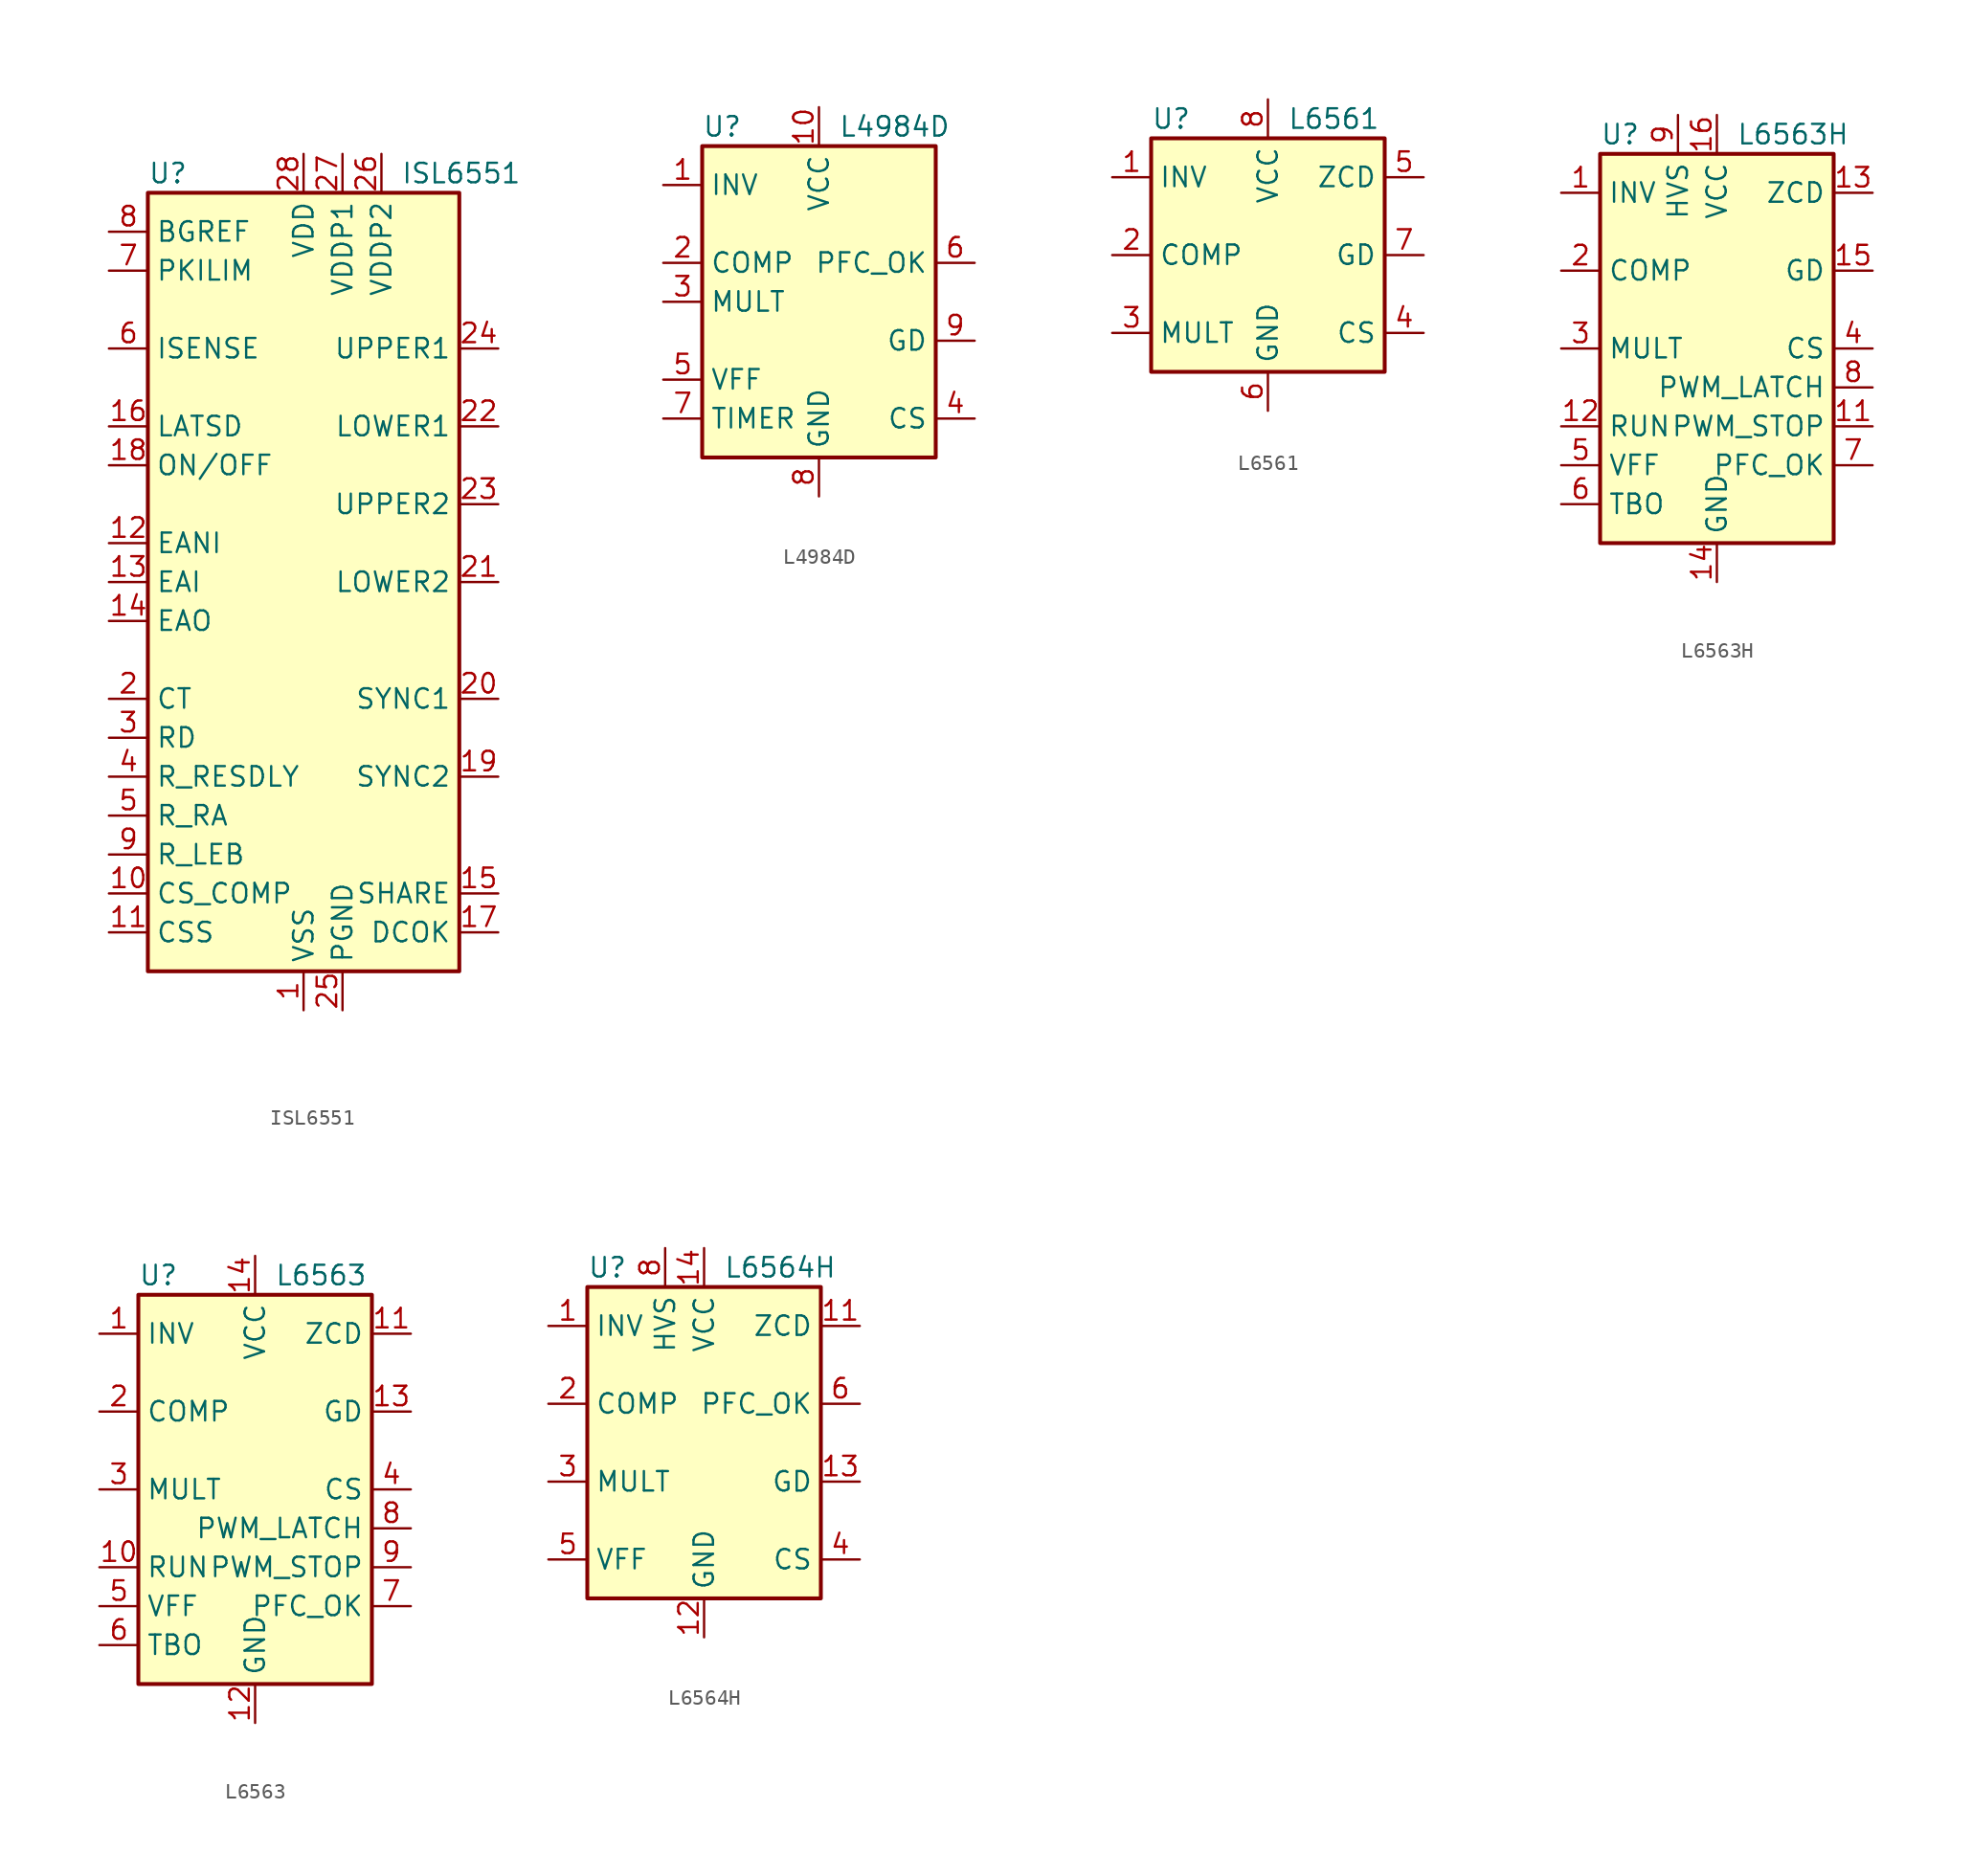
<source format=kicad_sym>
(kicad_symbol_lib
  (version 20241209)
  (generator "kicad_symbol_editor")
  (generator_version "9.0")
  (symbol "ISL6551"
    (property "Reference" "U"
      (at -10.16 26.67 0)
      (effects (font (size 1.27 1.27)) (justify left)))
    (property "Value" "ISL6551"
      (at 6.35 26.67 0)
      (effects (font (size 1.27 1.27)) (justify left)))
    (symbol "ISL6551_0_0"
      (rectangle (start -10.16 25.4) (end 10.16 -25.4) (stroke (width 0.254) (type default)) (fill (type background))))
    (symbol "ISL6551_1_1"
      (pin output line (at -12.7 22.86 0) (length 2.54) (name "BGREF" (effects (font (size 1.27 1.27)))) (number "8" (effects (font (size 1.27 1.27)))))
      (pin input line (at -12.7 20.32 0) (length 2.54) (name "PKILIM" (effects (font (size 1.27 1.27)))) (number "7" (effects (font (size 1.27 1.27)))))
      (pin input line (at -12.7 15.24 0) (length 2.54) (name "ISENSE" (effects (font (size 1.27 1.27)))) (number "6" (effects (font (size 1.27 1.27)))))
      (pin input line (at -12.7 10.16 0) (length 2.54) (name "LATSD" (effects (font (size 1.27 1.27)))) (number "16" (effects (font (size 1.27 1.27)))))
      (pin input line (at -12.7 7.62 0) (length 2.54) (name "ON/OFF" (effects (font (size 1.27 1.27)))) (number "18" (effects (font (size 1.27 1.27)))))
      (pin input line (at -12.7 2.54 0) (length 2.54) (name "EANI" (effects (font (size 1.27 1.27)))) (number "12" (effects (font (size 1.27 1.27)))))
      (pin input line (at -12.7 0 0) (length 2.54) (name "EAI" (effects (font (size 1.27 1.27)))) (number "13" (effects (font (size 1.27 1.27)))))
      (pin output line (at -12.7 -2.54 0) (length 2.54) (name "EAO" (effects (font (size 1.27 1.27)))) (number "14" (effects (font (size 1.27 1.27)))))
      (pin passive line (at -12.7 -7.62 0) (length 2.54) (name "CT" (effects (font (size 1.27 1.27)))) (number "2" (effects (font (size 1.27 1.27)))))
      (pin passive line (at -12.7 -10.16 0) (length 2.54) (name "RD" (effects (font (size 1.27 1.27)))) (number "3" (effects (font (size 1.27 1.27)))))
      (pin passive line (at -12.7 -12.7 0) (length 2.54) (name "R_RESDLY" (effects (font (size 1.27 1.27)))) (number "4" (effects (font (size 1.27 1.27)))))
      (pin passive line (at -12.7 -15.24 0) (length 2.54) (name "R_RA" (effects (font (size 1.27 1.27)))) (number "5" (effects (font (size 1.27 1.27)))))
      (pin passive line (at -12.7 -17.78 0) (length 2.54) (name "R_LEB" (effects (font (size 1.27 1.27)))) (number "9" (effects (font (size 1.27 1.27)))))
      (pin passive line (at -12.7 -20.32 0) (length 2.54) (name "CS_COMP" (effects (font (size 1.27 1.27)))) (number "10" (effects (font (size 1.27 1.27)))))
      (pin passive line (at -12.7 -22.86 0) (length 2.54) (name "CSS" (effects (font (size 1.27 1.27)))) (number "11" (effects (font (size 1.27 1.27)))))
      (pin power_in line (at 0 27.94 270) (length 2.54) (name "VDD" (effects (font (size 1.27 1.27)))) (number "28" (effects (font (size 1.27 1.27)))))
      (pin power_in line (at 0 -27.94 90) (length 2.54) (name "VSS" (effects (font (size 1.27 1.27)))) (number "1" (effects (font (size 1.27 1.27)))))
      (pin power_in line (at 2.54 27.94 270) (length 2.54) (name "VDDP1" (effects (font (size 1.27 1.27)))) (number "27" (effects (font (size 1.27 1.27)))))
      (pin power_in line (at 2.54 -27.94 90) (length 2.54) (name "PGND" (effects (font (size 1.27 1.27)))) (number "25" (effects (font (size 1.27 1.27)))))
      (pin power_in line (at 5.08 27.94 270) (length 2.54) (name "VDDP2" (effects (font (size 1.27 1.27)))) (number "26" (effects (font (size 1.27 1.27)))))
      (pin output line (at 12.7 15.24 180) (length 2.54) (name "UPPER1" (effects (font (size 1.27 1.27)))) (number "24" (effects (font (size 1.27 1.27)))))
      (pin output line (at 12.7 10.16 180) (length 2.54) (name "LOWER1" (effects (font (size 1.27 1.27)))) (number "22" (effects (font (size 1.27 1.27)))))
      (pin output line (at 12.7 5.08 180) (length 2.54) (name "UPPER2" (effects (font (size 1.27 1.27)))) (number "23" (effects (font (size 1.27 1.27)))))
      (pin output line (at 12.7 0 180) (length 2.54) (name "LOWER2" (effects (font (size 1.27 1.27)))) (number "21" (effects (font (size 1.27 1.27)))))
      (pin output line (at 12.7 -7.62 180) (length 2.54) (name "SYNC1" (effects (font (size 1.27 1.27)))) (number "20" (effects (font (size 1.27 1.27)))))
      (pin output line (at 12.7 -12.7 180) (length 2.54) (name "SYNC2" (effects (font (size 1.27 1.27)))) (number "19" (effects (font (size 1.27 1.27)))))
      (pin input line (at 12.7 -20.32 180) (length 2.54) (name "SHARE" (effects (font (size 1.27 1.27)))) (number "15" (effects (font (size 1.27 1.27)))))
      (pin output line (at 12.7 -22.86 180) (length 2.54) (name "DCOK" (effects (font (size 1.27 1.27)))) (number "17" (effects (font (size 1.27 1.27)))))))
  (symbol "L4984D"
    (property "Reference" "U"
      (at -7.62 11.43 0)
      (effects (font (size 1.27 1.27)) (justify left)))
    (property "Value" "L4984D"
      (at 1.27 11.43 0)
      (effects (font (size 1.27 1.27)) (justify left)))
    (symbol "L4984D_0_0"
      (rectangle (start -7.62 10.16) (end 7.62 -10.16) (stroke (width 0.254) (type default)) (fill (type background))))
    (symbol "L4984D_1_1"
      (pin input line (at -10.16 7.62 0) (length 2.54) (name "INV" (effects (font (size 1.27 1.27)))) (number "1" (effects (font (size 1.27 1.27)))))
      (pin output line (at -10.16 2.54 0) (length 2.54) (name "COMP" (effects (font (size 1.27 1.27)))) (number "2" (effects (font (size 1.27 1.27)))))
      (pin input line (at -10.16 0 0) (length 2.54) (name "MULT" (effects (font (size 1.27 1.27)))) (number "3" (effects (font (size 1.27 1.27)))))
      (pin passive line (at -10.16 -5.08 0) (length 2.54) (name "VFF" (effects (font (size 1.27 1.27)))) (number "5" (effects (font (size 1.27 1.27)))))
      (pin passive line (at -10.16 -7.62 0) (length 2.54) (name "TIMER" (effects (font (size 1.27 1.27)))) (number "7" (effects (font (size 1.27 1.27)))))
      (pin power_in line (at 0 12.7 270) (length 2.54) (name "VCC" (effects (font (size 1.27 1.27)))) (number "10" (effects (font (size 1.27 1.27)))))
      (pin power_in line (at 0 -12.7 90) (length 2.54) (name "GND" (effects (font (size 1.27 1.27)))) (number "8" (effects (font (size 1.27 1.27)))))
      (pin input line (at 10.16 2.54 180) (length 2.54) (name "PFC_OK" (effects (font (size 1.27 1.27)))) (number "6" (effects (font (size 1.27 1.27)))))
      (pin output line (at 10.16 -2.54 180) (length 2.54) (name "GD" (effects (font (size 1.27 1.27)))) (number "9" (effects (font (size 1.27 1.27)))))
      (pin input line (at 10.16 -7.62 180) (length 2.54) (name "CS" (effects (font (size 1.27 1.27)))) (number "4" (effects (font (size 1.27 1.27)))))))
  (symbol "L6561"
    (property "Reference" "U"
      (at -7.62 8.89 0)
      (effects (font (size 1.27 1.27)) (justify left)))
    (property "Value" "L6561"
      (at 1.27 8.89 0)
      (effects (font (size 1.27 1.27)) (justify left)))
    (symbol "L6561_0_0"
      (rectangle (start -7.62 7.62) (end 7.62 -7.62) (stroke (width 0.254) (type default)) (fill (type background))))
    (symbol "L6561_1_1"
      (pin input line (at -10.16 5.08 0) (length 2.54) (name "INV" (effects (font (size 1.27 1.27)))) (number "1" (effects (font (size 1.27 1.27)))))
      (pin output line (at -10.16 0 0) (length 2.54) (name "COMP" (effects (font (size 1.27 1.27)))) (number "2" (effects (font (size 1.27 1.27)))))
      (pin input line (at -10.16 -5.08 0) (length 2.54) (name "MULT" (effects (font (size 1.27 1.27)))) (number "3" (effects (font (size 1.27 1.27)))))
      (pin power_in line (at 0 10.16 270) (length 2.54) (name "VCC" (effects (font (size 1.27 1.27)))) (number "8" (effects (font (size 1.27 1.27)))))
      (pin power_in line (at 0 -10.16 90) (length 2.54) (name "GND" (effects (font (size 1.27 1.27)))) (number "6" (effects (font (size 1.27 1.27)))))
      (pin input line (at 10.16 5.08 180) (length 2.54) (name "ZCD" (effects (font (size 1.27 1.27)))) (number "5" (effects (font (size 1.27 1.27)))))
      (pin output line (at 10.16 0 180) (length 2.54) (name "GD" (effects (font (size 1.27 1.27)))) (number "7" (effects (font (size 1.27 1.27)))))
      (pin input line (at 10.16 -5.08 180) (length 2.54) (name "CS" (effects (font (size 1.27 1.27)))) (number "4" (effects (font (size 1.27 1.27)))))))
  (symbol "L6563H"
    (property "Reference" "U"
      (at -7.62 13.97 0)
      (effects (font (size 1.27 1.27)) (justify left)))
    (property "Value" "L6563H"
      (at 1.27 13.97 0)
      (effects (font (size 1.27 1.27)) (justify left)))
    (symbol "L6563H_0_0"
      (rectangle (start -7.62 12.7) (end 7.62 -12.7) (stroke (width 0.254) (type default)) (fill (type background))))
    (symbol "L6563H_1_1"
      (pin input line (at -10.16 10.16 0) (length 2.54) (name "INV" (effects (font (size 1.27 1.27)))) (number "1" (effects (font (size 1.27 1.27)))))
      (pin output line (at -10.16 5.08 0) (length 2.54) (name "COMP" (effects (font (size 1.27 1.27)))) (number "2" (effects (font (size 1.27 1.27)))))
      (pin input line (at -10.16 0 0) (length 2.54) (name "MULT" (effects (font (size 1.27 1.27)))) (number "3" (effects (font (size 1.27 1.27)))))
      (pin input line (at -10.16 -5.08 0) (length 2.54) (name "RUN" (effects (font (size 1.27 1.27)))) (number "12" (effects (font (size 1.27 1.27)))))
      (pin passive line (at -10.16 -7.62 0) (length 2.54) (name "VFF" (effects (font (size 1.27 1.27)))) (number "5" (effects (font (size 1.27 1.27)))))
      (pin passive line (at -10.16 -10.16 0) (length 2.54) (name "TBO" (effects (font (size 1.27 1.27)))) (number "6" (effects (font (size 1.27 1.27)))))
      (pin no_connect line (at -7.62 7.62 0) (length 2.54) (hide yes) (name "NC" (effects (font (size 1.27 1.27)))) (number "10" (effects (font (size 1.27 1.27)))))
      (pin input line (at -2.54 15.24 270) (length 2.54) (name "HVS" (effects (font (size 1.27 1.27)))) (number "9" (effects (font (size 1.27 1.27)))))
      (pin power_in line (at 0 15.24 270) (length 2.54) (name "VCC" (effects (font (size 1.27 1.27)))) (number "16" (effects (font (size 1.27 1.27)))))
      (pin power_in line (at 0 -15.24 90) (length 2.54) (name "GND" (effects (font (size 1.27 1.27)))) (number "14" (effects (font (size 1.27 1.27)))))
      (pin input line (at 10.16 10.16 180) (length 2.54) (name "ZCD" (effects (font (size 1.27 1.27)))) (number "13" (effects (font (size 1.27 1.27)))))
      (pin output line (at 10.16 5.08 180) (length 2.54) (name "GD" (effects (font (size 1.27 1.27)))) (number "15" (effects (font (size 1.27 1.27)))))
      (pin input line (at 10.16 0 180) (length 2.54) (name "CS" (effects (font (size 1.27 1.27)))) (number "4" (effects (font (size 1.27 1.27)))))
      (pin output line (at 10.16 -2.54 180) (length 2.54) (name "PWM_LATCH" (effects (font (size 1.27 1.27)))) (number "8" (effects (font (size 1.27 1.27)))))
      (pin output line (at 10.16 -5.08 180) (length 2.54) (name "PWM_STOP" (effects (font (size 1.27 1.27)))) (number "11" (effects (font (size 1.27 1.27)))))
      (pin input line (at 10.16 -7.62 180) (length 2.54) (name "PFC_OK" (effects (font (size 1.27 1.27)))) (number "7" (effects (font (size 1.27 1.27)))))))
  (symbol "L6563"
    (property "Reference" "U"
      (at -7.62 13.97 0)
      (effects (font (size 1.27 1.27)) (justify left)))
    (property "Value" "L6563"
      (at 1.27 13.97 0)
      (effects (font (size 1.27 1.27)) (justify left)))
    (symbol "L6563_0_0"
      (rectangle (start -7.62 12.7) (end 7.62 -12.7) (stroke (width 0.254) (type default)) (fill (type background))))
    (symbol "L6563_1_1"
      (pin input line (at -10.16 10.16 0) (length 2.54) (name "INV" (effects (font (size 1.27 1.27)))) (number "1" (effects (font (size 1.27 1.27)))))
      (pin output line (at -10.16 5.08 0) (length 2.54) (name "COMP" (effects (font (size 1.27 1.27)))) (number "2" (effects (font (size 1.27 1.27)))))
      (pin input line (at -10.16 0 0) (length 2.54) (name "MULT" (effects (font (size 1.27 1.27)))) (number "3" (effects (font (size 1.27 1.27)))))
      (pin input line (at -10.16 -5.08 0) (length 2.54) (name "RUN" (effects (font (size 1.27 1.27)))) (number "10" (effects (font (size 1.27 1.27)))))
      (pin passive line (at -10.16 -7.62 0) (length 2.54) (name "VFF" (effects (font (size 1.27 1.27)))) (number "5" (effects (font (size 1.27 1.27)))))
      (pin passive line (at -10.16 -10.16 0) (length 2.54) (name "TBO" (effects (font (size 1.27 1.27)))) (number "6" (effects (font (size 1.27 1.27)))))
      (pin power_in line (at 0 15.24 270) (length 2.54) (name "VCC" (effects (font (size 1.27 1.27)))) (number "14" (effects (font (size 1.27 1.27)))))
      (pin power_in line (at 0 -15.24 90) (length 2.54) (name "GND" (effects (font (size 1.27 1.27)))) (number "12" (effects (font (size 1.27 1.27)))))
      (pin input line (at 10.16 10.16 180) (length 2.54) (name "ZCD" (effects (font (size 1.27 1.27)))) (number "11" (effects (font (size 1.27 1.27)))))
      (pin output line (at 10.16 5.08 180) (length 2.54) (name "GD" (effects (font (size 1.27 1.27)))) (number "13" (effects (font (size 1.27 1.27)))))
      (pin input line (at 10.16 0 180) (length 2.54) (name "CS" (effects (font (size 1.27 1.27)))) (number "4" (effects (font (size 1.27 1.27)))))
      (pin output line (at 10.16 -2.54 180) (length 2.54) (name "PWM_LATCH" (effects (font (size 1.27 1.27)))) (number "8" (effects (font (size 1.27 1.27)))))
      (pin output line (at 10.16 -5.08 180) (length 2.54) (name "PWM_STOP" (effects (font (size 1.27 1.27)))) (number "9" (effects (font (size 1.27 1.27)))))
      (pin input line (at 10.16 -7.62 180) (length 2.54) (name "PFC_OK" (effects (font (size 1.27 1.27)))) (number "7" (effects (font (size 1.27 1.27)))))))
  (symbol "L6564H"
    (property "Reference" "U"
      (at -7.62 11.43 0)
      (effects (font (size 1.27 1.27)) (justify left)))
    (property "Value" "L6564H"
      (at 1.27 11.43 0)
      (effects (font (size 1.27 1.27)) (justify left)))
    (symbol "L6564H_0_0"
      (rectangle (start -7.62 10.16) (end 7.62 -10.16) (stroke (width 0.254) (type default)) (fill (type background))))
    (symbol "L6564H_1_1"
      (pin input line (at -10.16 7.62 0) (length 2.54) (name "INV" (effects (font (size 1.27 1.27)))) (number "1" (effects (font (size 1.27 1.27)))))
      (pin output line (at -10.16 2.54 0) (length 2.54) (name "COMP" (effects (font (size 1.27 1.27)))) (number "2" (effects (font (size 1.27 1.27)))))
      (pin input line (at -10.16 -2.54 0) (length 2.54) (name "MULT" (effects (font (size 1.27 1.27)))) (number "3" (effects (font (size 1.27 1.27)))))
      (pin passive line (at -10.16 -7.62 0) (length 2.54) (name "VFF" (effects (font (size 1.27 1.27)))) (number "5" (effects (font (size 1.27 1.27)))))
      (pin no_connect line (at -7.62 5.08 0) (length 2.54) (hide yes) (name "NC" (effects (font (size 1.27 1.27)))) (number "7" (effects (font (size 1.27 1.27)))))
      (pin no_connect line (at -7.62 0 0) (length 2.54) (hide yes) (name "NC" (effects (font (size 1.27 1.27)))) (number "9" (effects (font (size 1.27 1.27)))))
      (pin no_connect line (at -7.62 -5.08 0) (length 2.54) (hide yes) (name "NC" (effects (font (size 1.27 1.27)))) (number "10" (effects (font (size 1.27 1.27)))))
      (pin input line (at -2.54 12.7 270) (length 2.54) (name "HVS" (effects (font (size 1.27 1.27)))) (number "8" (effects (font (size 1.27 1.27)))))
      (pin power_in line (at 0 12.7 270) (length 2.54) (name "VCC" (effects (font (size 1.27 1.27)))) (number "14" (effects (font (size 1.27 1.27)))))
      (pin power_in line (at 0 -12.7 90) (length 2.54) (name "GND" (effects (font (size 1.27 1.27)))) (number "12" (effects (font (size 1.27 1.27)))))
      (pin input line (at 10.16 7.62 180) (length 2.54) (name "ZCD" (effects (font (size 1.27 1.27)))) (number "11" (effects (font (size 1.27 1.27)))))
      (pin input line (at 10.16 2.54 180) (length 2.54) (name "PFC_OK" (effects (font (size 1.27 1.27)))) (number "6" (effects (font (size 1.27 1.27)))))
      (pin output line (at 10.16 -2.54 180) (length 2.54) (name "GD" (effects (font (size 1.27 1.27)))) (number "13" (effects (font (size 1.27 1.27)))))
      (pin input line (at 10.16 -7.62 180) (length 2.54) (name "CS" (effects (font (size 1.27 1.27)))) (number "4" (effects (font (size 1.27 1.27))))))))
</source>
